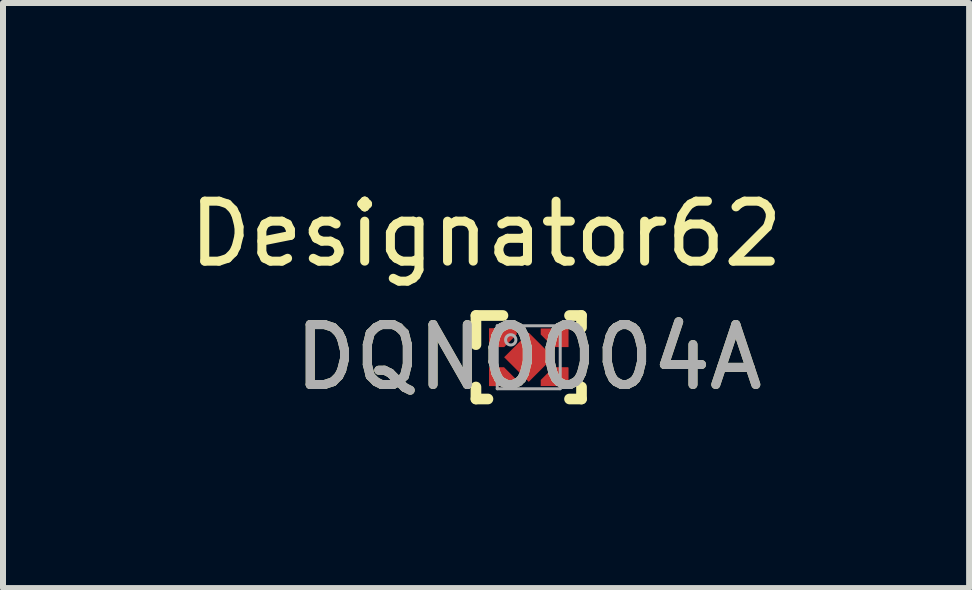
<source format=kicad_pcb>
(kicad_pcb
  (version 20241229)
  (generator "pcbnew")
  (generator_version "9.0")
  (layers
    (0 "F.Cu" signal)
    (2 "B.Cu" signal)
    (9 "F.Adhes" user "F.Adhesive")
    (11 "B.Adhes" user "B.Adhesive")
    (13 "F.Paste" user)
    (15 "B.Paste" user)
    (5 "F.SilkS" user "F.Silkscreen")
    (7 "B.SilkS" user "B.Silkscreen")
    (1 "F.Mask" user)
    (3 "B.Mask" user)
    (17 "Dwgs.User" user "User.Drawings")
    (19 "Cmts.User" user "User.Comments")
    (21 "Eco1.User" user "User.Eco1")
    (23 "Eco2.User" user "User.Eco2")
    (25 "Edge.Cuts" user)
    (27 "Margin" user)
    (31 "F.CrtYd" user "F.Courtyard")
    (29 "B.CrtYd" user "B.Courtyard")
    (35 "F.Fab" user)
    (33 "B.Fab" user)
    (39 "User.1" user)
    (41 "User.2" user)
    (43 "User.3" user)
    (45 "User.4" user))
  (footprint "DQN0004A"
    (layer "F.Cu")
    (at 5.765 2.906)
    (property "Reference" "DQN0004A" (at 0 0 0) (unlocked yes) (layer "F.SilkS") (effects (font (size 1 1) (thickness 0.15))))
    (attr smd)
    (fp_poly (pts (xy -0.66 -0.48) (xy -0.2 -0.48) (xy -0.2 -0.379) (xy -0.409 -0.17) (xy -0.66 -0.17)) (stroke (width 0) (type solid)) (fill yes) (layer "F.Cu"))
    (fp_poly (pts (xy -0.66 0.48) (xy -0.2 0.48) (xy -0.2 0.379) (xy -0.409 0.17) (xy -0.66 0.17)) (stroke (width 0) (type solid)) (fill yes) (layer "F.Cu"))
    (fp_poly (pts (xy 0.66 -0.48) (xy 0.2 -0.48) (xy 0.2 -0.379) (xy 0.409 -0.17) (xy 0.66 -0.17)) (stroke (width 0) (type solid)) (fill yes) (layer "F.Cu"))
    (fp_poly (pts (xy 0.66 0.48) (xy 0.2 0.48) (xy 0.2 0.379) (xy 0.409 0.17) (xy 0.66 0.17)) (stroke (width 0) (type solid)) (fill yes) (layer "F.Cu"))
    (fp_poly (pts (xy -0.61 -0.43) (xy -0.25 -0.43) (xy -0.25 -0.4) (xy -0.43 -0.22) (xy -0.61 -0.22)) (stroke (width 0) (type solid)) (fill yes) (layer "F.Mask"))
    (fp_poly (pts (xy -0.61 0.43) (xy -0.61 0.22) (xy -0.43 0.22) (xy -0.25 0.4) (xy -0.25 0.43)) (stroke (width 0) (type solid)) (fill yes) (layer "F.Mask"))
    (fp_poly (pts (xy 0.61 -0.43) (xy 0.61 -0.22) (xy 0.43 -0.22) (xy 0.25 -0.4) (xy 0.25 -0.43)) (stroke (width 0) (type solid)) (fill yes) (layer "F.Mask"))
    (fp_poly (pts (xy 0.61 0.43) (xy 0.25 0.43) (xy 0.25 0.4) (xy 0.43 0.22) (xy 0.61 0.22)) (stroke (width 0) (type solid)) (fill yes) (layer "F.Mask"))
    (fp_line (start -0.88 -0.696) (end -0.43 -0.696) (stroke (width 0.178) (type solid)) (layer "F.SilkS"))
    (fp_line (start -0.88 -0.21) (end -0.88 -0.696) (stroke (width 0.178) (type solid)) (layer "F.SilkS"))
    (fp_line (start -0.88 0.696) (end -0.88 0.496) (stroke (width 0.178) (type solid)) (layer "F.SilkS"))
    (fp_line (start -0.88 0.696) (end -0.68 0.696) (stroke (width 0.178) (type solid)) (layer "F.SilkS"))
    (fp_line (start 0.68 -0.696) (end 0.88 -0.696) (stroke (width 0.178) (type solid)) (layer "F.SilkS"))
    (fp_line (start 0.68 0.696) (end 0.88 0.696) (stroke (width 0.178) (type solid)) (layer "F.SilkS"))
    (fp_line (start 0.88 -0.496) (end 0.88 -0.696) (stroke (width 0.178) (type solid)) (layer "F.SilkS"))
    (fp_line (start 0.88 0.696) (end 0.88 0.496) (stroke (width 0.178) (type solid)) (layer "F.SilkS"))
    (fp_poly (pts (xy -0.65 -0.43) (xy -0.25 -0.43) (xy -0.25 -0.4) (xy -0.43 -0.22) (xy -0.65 -0.22)) (stroke (width 0) (type solid)) (fill yes) (layer "F.Paste"))
    (fp_poly (pts (xy -0.65 0.43) (xy -0.25 0.43) (xy -0.25 0.4) (xy -0.43 0.22) (xy -0.65 0.22)) (stroke (width 0) (type solid)) (fill yes) (layer "F.Paste"))
    (fp_poly (pts (xy 0.65 -0.43) (xy 0.25 -0.43) (xy 0.25 -0.4) (xy 0.43 -0.22) (xy 0.65 -0.22)) (stroke (width 0) (type solid)) (fill yes) (layer "F.Paste"))
    (fp_poly (pts (xy 0.65 0.43) (xy 0.25 0.43) (xy 0.25 0.4) (xy 0.43 0.22) (xy 0.65 0.22)) (stroke (width 0) (type solid)) (fill yes) (layer "F.Paste"))
    (fp_line (start -0.525 -0.525) (end 0.525 -0.525) (stroke (width 0.05) (type solid)) (layer "F.Fab"))
    (fp_line (start -0.525 0.525) (end -0.525 -0.525) (stroke (width 0.05) (type solid)) (layer "F.Fab"))
    (fp_line (start -0.525 0.525) (end 0.525 0.525) (stroke (width 0.05) (type solid)) (layer "F.Fab"))
    (fp_line (start 0.525 0.525) (end 0.525 -0.525) (stroke (width 0.05) (type solid)) (layer "F.Fab"))
    (fp_circle (center -0.3 -0.29) (end -0.214 -0.29) (stroke (width 0.05) (type solid)) (fill no) (layer "F.Fab"))
    (fp_text user "Designator62" (at -0.711 -2.057 0) (unlocked yes) (layer "F.SilkS") (effects (font (size 1 1) (thickness 0.15))))
    (fp_text user "${REFERENCE}" (at 0 0 0) (unlocked yes) (layer "F.Fab") (effects (font (size 1 1) (thickness 0.15))))
    (pad "1" smd rect (at -0.535 -0.325) (size 0.25 0.31) (layers "F.Cu" "F.Mask"))
    (pad "2" smd rect (at -0.535 0.325) (size 0.25 0.31) (layers "F.Cu" "F.Mask"))
    (pad "3" smd rect (at 0.535 0.325) (size 0.25 0.31) (layers "F.Cu" "F.Mask"))
    (pad "4" smd rect (at 0.535 -0.325) (size 0.25 0.31) (layers "F.Cu" "F.Mask"))
    (pad "5" smd rect (at 0 0 45) (size 0.58 0.58) (layers "F.Cu" "F.Mask" "F.Paste")))
  (gr_rect
    (start -3 -3)
    (end 13.107 6.754)
    (stroke (width 0.1) (type default))
    (fill no)
    (layer "Edge.Cuts")))
</source>
